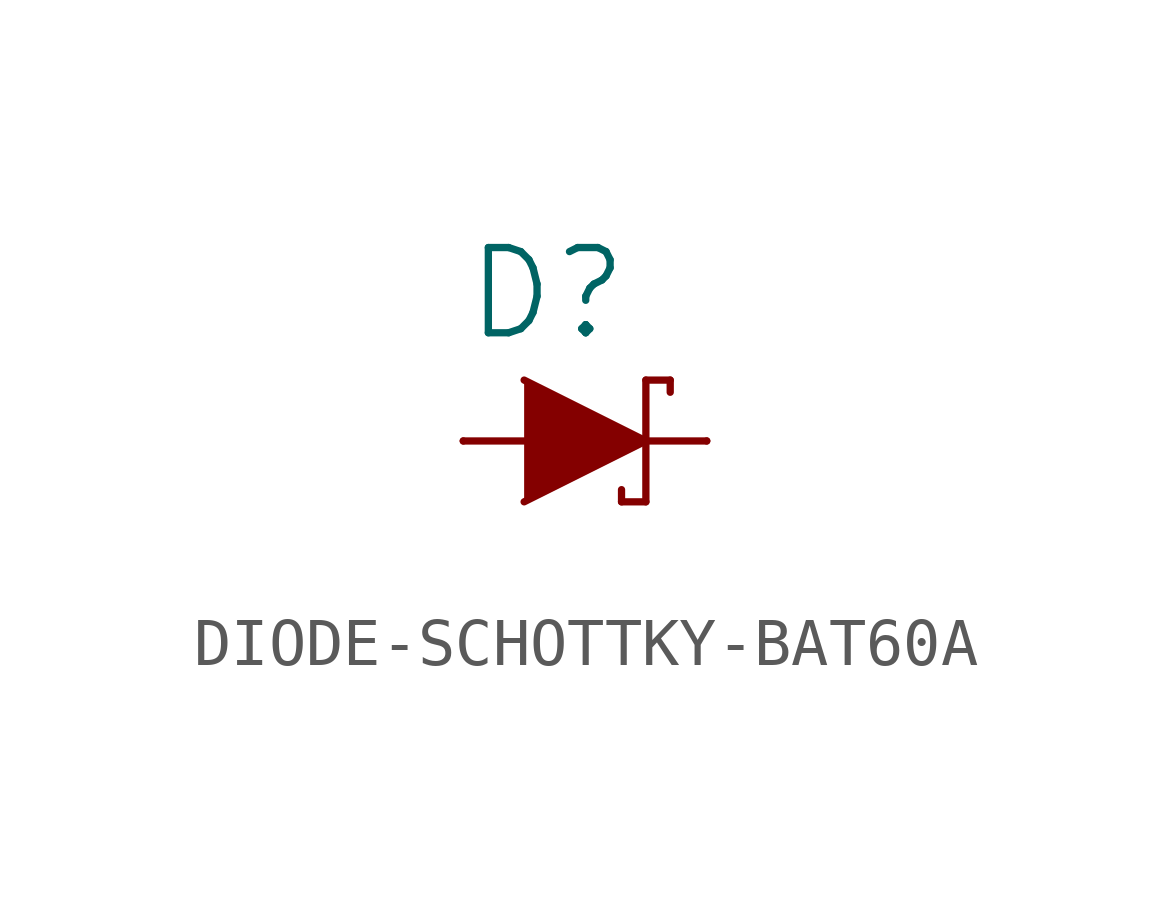
<source format=kicad_sym>
(kicad_symbol_lib
  (version 20241209)
  (generator "kicad_symbol_editor")
  (generator_version "9.0")
  (symbol "DIODE-SCHOTTKY-BAT60A"
    (property "Reference" "D"
      (at -2.54 2.032 0)
      (effects (font (size 1.778 1.778)) (justify left bottom)))
    (property "Value" ""
      (at -2.54 -2.032 0)
      (effects (font (size 1.778 1.778)) (justify left top)))
    (property "ki_locked" ""
      (at 0 0 0)
      (effects (font (size 1.27 1.27))))
    (symbol "DIODE-SCHOTTKY-BAT60A_1_0"
      (polyline (pts (xy -2.54 0) (xy -1.27 0)) (stroke (width 0.152) (type solid)) (fill (type none)))
      (polyline (pts (xy -1.27 -1.27) (xy 1.27 0) (xy -1.27 1.27)) (stroke (width 0.152) (type solid)) (fill (type outline)))
      (polyline (pts (xy 0.762 -1.27) (xy 0.762 -1.016)) (stroke (width 0.152) (type solid)) (fill (type none)))
      (polyline (pts (xy 1.27 1.27) (xy 1.27 0)) (stroke (width 0.152) (type solid)) (fill (type none)))
      (polyline (pts (xy 1.27 1.27) (xy 1.778 1.27)) (stroke (width 0.152) (type solid)) (fill (type none)))
      (polyline (pts (xy 1.27 0) (xy 1.27 -1.27)) (stroke (width 0.152) (type solid)) (fill (type none)))
      (polyline (pts (xy 1.27 -1.27) (xy 0.762 -1.27)) (stroke (width 0.152) (type solid)) (fill (type none)))
      (polyline (pts (xy 1.778 1.27) (xy 1.778 1.016)) (stroke (width 0.152) (type solid)) (fill (type none)))
      (polyline (pts (xy 2.54 0) (xy 1.27 0)) (stroke (width 0.152) (type solid)) (fill (type none)))
      (pin passive line (at -2.54 0 0) (length 0) (name "A" (effects (font (size 0 0)))) (number "A" (effects (font (size 0 0)))))
      (pin passive line (at 2.54 0 180) (length 0) (name "C" (effects (font (size 0 0)))) (number "C" (effects (font (size 0 0))))))))
</source>
